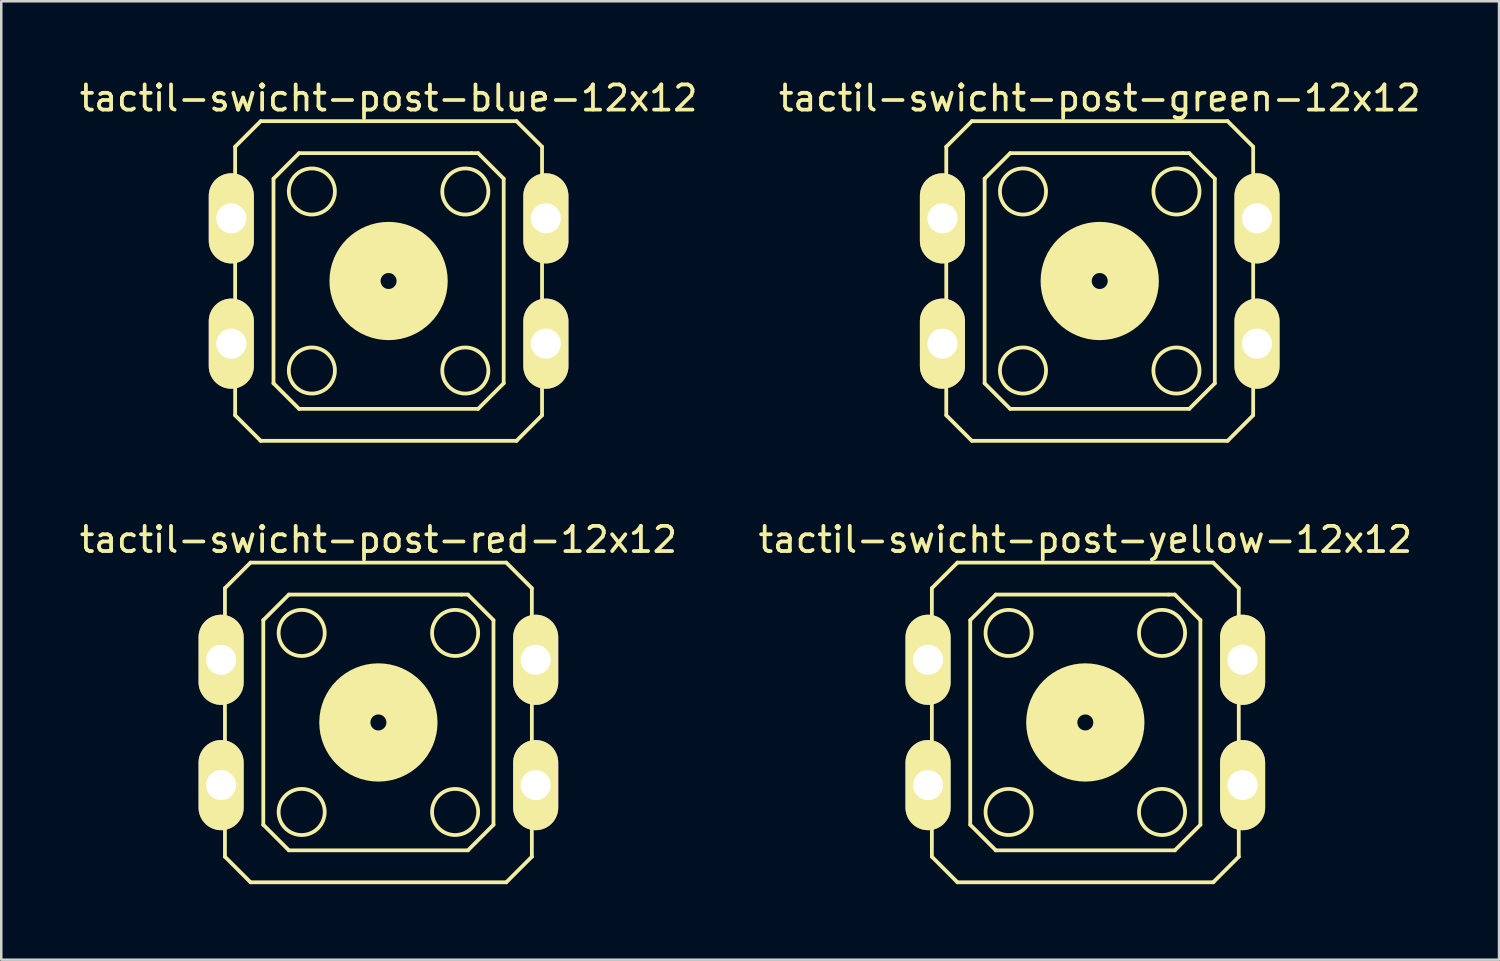
<source format=kicad_pcb>
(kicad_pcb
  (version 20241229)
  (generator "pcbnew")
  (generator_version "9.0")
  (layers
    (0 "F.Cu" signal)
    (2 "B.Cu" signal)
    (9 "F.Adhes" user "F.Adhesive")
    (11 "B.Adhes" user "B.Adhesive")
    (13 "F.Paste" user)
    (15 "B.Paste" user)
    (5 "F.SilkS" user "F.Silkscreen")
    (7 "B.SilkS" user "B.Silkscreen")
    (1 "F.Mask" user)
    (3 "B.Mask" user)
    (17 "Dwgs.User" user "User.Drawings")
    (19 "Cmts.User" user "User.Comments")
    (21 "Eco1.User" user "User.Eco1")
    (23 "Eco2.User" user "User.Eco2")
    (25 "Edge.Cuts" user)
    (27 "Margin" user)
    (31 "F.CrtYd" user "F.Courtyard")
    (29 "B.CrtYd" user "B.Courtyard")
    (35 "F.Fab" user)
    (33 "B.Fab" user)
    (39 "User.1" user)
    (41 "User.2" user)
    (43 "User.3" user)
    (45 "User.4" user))
  (footprint "tactil-swicht-post-green-12x12"
    (layer "F.Cu")
    (at 40.637 8.113)
    (property "Reference" "tactil-swicht-post-green-12x12" (at 0 -7.264 0) (layer "F.SilkS") (effects (font (size 1 1) (thickness 0.15))))
    (attr through_hole)
    (fp_line (start -6.096 -5.334) (end -6.096 5.334) (stroke (width 0.15) (type solid)) (layer "F.SilkS"))
    (fp_line (start -6.096 -5.334) (end -5.08 -6.35) (stroke (width 0.15) (type solid)) (layer "F.SilkS"))
    (fp_line (start -5.08 -6.35) (end 5.08 -6.35) (stroke (width 0.15) (type solid)) (layer "F.SilkS"))
    (fp_line (start -5.08 6.35) (end -6.096 5.334) (stroke (width 0.15) (type solid)) (layer "F.SilkS"))
    (fp_line (start -5.08 6.35) (end 5.08 6.35) (stroke (width 0.15) (type solid)) (layer "F.SilkS"))
    (fp_line (start -4.572 -4.064) (end -4.572 4.064) (stroke (width 0.15) (type solid)) (layer "F.SilkS"))
    (fp_line (start -4.572 -4.064) (end -3.556 -5.08) (stroke (width 0.15) (type solid)) (layer "F.SilkS"))
    (fp_line (start -4.572 4.064) (end -3.556 5.08) (stroke (width 0.15) (type solid)) (layer "F.SilkS"))
    (fp_line (start -3.556 -5.08) (end 3.302 -5.08) (stroke (width 0.15) (type solid)) (layer "F.SilkS"))
    (fp_line (start 3.302 -5.08) (end 3.556 -5.08) (stroke (width 0.15) (type solid)) (layer "F.SilkS"))
    (fp_line (start 3.556 -5.08) (end 4.572 -4.064) (stroke (width 0.15) (type solid)) (layer "F.SilkS"))
    (fp_line (start 3.556 5.08) (end -3.556 5.08) (stroke (width 0.15) (type solid)) (layer "F.SilkS"))
    (fp_line (start 4.572 4.064) (end 3.556 5.08) (stroke (width 0.15) (type solid)) (layer "F.SilkS"))
    (fp_line (start 4.572 4.064) (end 4.572 -4.064) (stroke (width 0.15) (type solid)) (layer "F.SilkS"))
    (fp_line (start 5.08 6.35) (end 6.096 5.334) (stroke (width 0.15) (type solid)) (layer "F.SilkS"))
    (fp_line (start 6.096 -5.334) (end 5.08 -6.35) (stroke (width 0.15) (type solid)) (layer "F.SilkS"))
    (fp_line (start 6.096 5.334) (end 6.096 -5.334) (stroke (width 0.15) (type solid)) (layer "F.SilkS"))
    (fp_circle (center -3.048 -3.556) (end -2.54 -2.794) (stroke (width 0.15) (type solid)) (fill no) (layer "F.SilkS"))
    (fp_circle (center -3.048 3.556) (end -2.286 3.048) (stroke (width 0.15) (type solid)) (fill no) (layer "F.SilkS"))
    (fp_circle (center 0 0) (end 1.333 0) (stroke (width 2.032) (type solid)) (fill no) (layer "F.SilkS"))
    (fp_circle (center 3.048 -3.556) (end 2.286 -3.048) (stroke (width 0.15) (type solid)) (fill no) (layer "F.SilkS"))
    (fp_circle (center 3.048 3.556) (end 2.286 3.048) (stroke (width 0.15) (type solid)) (fill no) (layer "F.SilkS"))
    (pad "1" thru_hole oval (at -6.248 -2.489) (size 1.791 3.581) (drill 1.194) (layers "*.Cu" "F.Mask" "F.SilkS" "F.Paste"))
    (pad "2" thru_hole oval (at 6.248 -2.489) (size 1.791 3.581) (drill 1.194) (layers "*.Cu" "F.Mask" "F.SilkS" "F.Paste"))
    (pad "3" thru_hole oval (at -6.248 2.489) (size 1.791 3.581) (drill 1.194) (layers "*.Cu" "F.Mask" "F.SilkS" "F.Paste"))
    (pad "4" thru_hole oval (at 6.248 2.489) (size 1.791 3.581) (drill 1.194) (layers "*.Cu" "F.Mask" "F.SilkS" "F.Paste")))
  (footprint "tactil-swicht-post-blue-12x12"
    (layer "F.Cu")
    (at 12.387 8.113)
    (property "Reference" "tactil-swicht-post-blue-12x12" (at 0 -7.264 0) (layer "F.SilkS") (effects (font (size 1 1) (thickness 0.15))))
    (attr through_hole)
    (fp_line (start -6.096 -5.334) (end -6.096 5.334) (stroke (width 0.15) (type solid)) (layer "F.SilkS"))
    (fp_line (start -6.096 -5.334) (end -5.08 -6.35) (stroke (width 0.15) (type solid)) (layer "F.SilkS"))
    (fp_line (start -5.08 -6.35) (end 5.08 -6.35) (stroke (width 0.15) (type solid)) (layer "F.SilkS"))
    (fp_line (start -5.08 6.35) (end -6.096 5.334) (stroke (width 0.15) (type solid)) (layer "F.SilkS"))
    (fp_line (start -5.08 6.35) (end 5.08 6.35) (stroke (width 0.15) (type solid)) (layer "F.SilkS"))
    (fp_line (start -4.572 -4.064) (end -4.572 4.064) (stroke (width 0.15) (type solid)) (layer "F.SilkS"))
    (fp_line (start -4.572 -4.064) (end -3.556 -5.08) (stroke (width 0.15) (type solid)) (layer "F.SilkS"))
    (fp_line (start -4.572 4.064) (end -3.556 5.08) (stroke (width 0.15) (type solid)) (layer "F.SilkS"))
    (fp_line (start -3.556 -5.08) (end 3.302 -5.08) (stroke (width 0.15) (type solid)) (layer "F.SilkS"))
    (fp_line (start 3.302 -5.08) (end 3.556 -5.08) (stroke (width 0.15) (type solid)) (layer "F.SilkS"))
    (fp_line (start 3.556 -5.08) (end 4.572 -4.064) (stroke (width 0.15) (type solid)) (layer "F.SilkS"))
    (fp_line (start 3.556 5.08) (end -3.556 5.08) (stroke (width 0.15) (type solid)) (layer "F.SilkS"))
    (fp_line (start 4.572 4.064) (end 3.556 5.08) (stroke (width 0.15) (type solid)) (layer "F.SilkS"))
    (fp_line (start 4.572 4.064) (end 4.572 -4.064) (stroke (width 0.15) (type solid)) (layer "F.SilkS"))
    (fp_line (start 5.08 6.35) (end 6.096 5.334) (stroke (width 0.15) (type solid)) (layer "F.SilkS"))
    (fp_line (start 6.096 -5.334) (end 5.08 -6.35) (stroke (width 0.15) (type solid)) (layer "F.SilkS"))
    (fp_line (start 6.096 5.334) (end 6.096 -5.334) (stroke (width 0.15) (type solid)) (layer "F.SilkS"))
    (fp_circle (center -3.048 -3.556) (end -2.54 -2.794) (stroke (width 0.15) (type solid)) (fill no) (layer "F.SilkS"))
    (fp_circle (center -3.048 3.556) (end -2.286 3.048) (stroke (width 0.15) (type solid)) (fill no) (layer "F.SilkS"))
    (fp_circle (center 0 0) (end 1.333 0) (stroke (width 2.032) (type solid)) (fill no) (layer "F.SilkS"))
    (fp_circle (center 3.048 -3.556) (end 2.286 -3.048) (stroke (width 0.15) (type solid)) (fill no) (layer "F.SilkS"))
    (fp_circle (center 3.048 3.556) (end 2.286 3.048) (stroke (width 0.15) (type solid)) (fill no) (layer "F.SilkS"))
    (pad "1" thru_hole oval (at -6.248 -2.489) (size 1.791 3.581) (drill 1.194) (layers "*.Cu" "F.Mask" "F.SilkS" "F.Paste"))
    (pad "2" thru_hole oval (at 6.248 -2.489) (size 1.791 3.581) (drill 1.194) (layers "*.Cu" "F.Mask" "F.SilkS" "F.Paste"))
    (pad "3" thru_hole oval (at -6.248 2.489) (size 1.791 3.581) (drill 1.194) (layers "*.Cu" "F.Mask" "F.SilkS" "F.Paste"))
    (pad "4" thru_hole oval (at 6.248 2.489) (size 1.791 3.581) (drill 1.194) (layers "*.Cu" "F.Mask" "F.SilkS" "F.Paste")))
  (footprint "tactil-swicht-post-yellow-12x12"
    (layer "F.Cu")
    (at 40.065 25.65)
    (property "Reference" "tactil-swicht-post-yellow-12x12" (at 0 -7.264 0) (layer "F.SilkS") (effects (font (size 1 1) (thickness 0.15))))
    (attr through_hole)
    (fp_line (start -6.096 -5.334) (end -6.096 5.334) (stroke (width 0.15) (type solid)) (layer "F.SilkS"))
    (fp_line (start -6.096 -5.334) (end -5.08 -6.35) (stroke (width 0.15) (type solid)) (layer "F.SilkS"))
    (fp_line (start -5.08 -6.35) (end 5.08 -6.35) (stroke (width 0.15) (type solid)) (layer "F.SilkS"))
    (fp_line (start -5.08 6.35) (end -6.096 5.334) (stroke (width 0.15) (type solid)) (layer "F.SilkS"))
    (fp_line (start -5.08 6.35) (end 5.08 6.35) (stroke (width 0.15) (type solid)) (layer "F.SilkS"))
    (fp_line (start -4.572 -4.064) (end -4.572 4.064) (stroke (width 0.15) (type solid)) (layer "F.SilkS"))
    (fp_line (start -4.572 -4.064) (end -3.556 -5.08) (stroke (width 0.15) (type solid)) (layer "F.SilkS"))
    (fp_line (start -4.572 4.064) (end -3.556 5.08) (stroke (width 0.15) (type solid)) (layer "F.SilkS"))
    (fp_line (start -3.556 -5.08) (end 3.302 -5.08) (stroke (width 0.15) (type solid)) (layer "F.SilkS"))
    (fp_line (start 3.302 -5.08) (end 3.556 -5.08) (stroke (width 0.15) (type solid)) (layer "F.SilkS"))
    (fp_line (start 3.556 -5.08) (end 4.572 -4.064) (stroke (width 0.15) (type solid)) (layer "F.SilkS"))
    (fp_line (start 3.556 5.08) (end -3.556 5.08) (stroke (width 0.15) (type solid)) (layer "F.SilkS"))
    (fp_line (start 4.572 4.064) (end 3.556 5.08) (stroke (width 0.15) (type solid)) (layer "F.SilkS"))
    (fp_line (start 4.572 4.064) (end 4.572 -4.064) (stroke (width 0.15) (type solid)) (layer "F.SilkS"))
    (fp_line (start 5.08 6.35) (end 6.096 5.334) (stroke (width 0.15) (type solid)) (layer "F.SilkS"))
    (fp_line (start 6.096 -5.334) (end 5.08 -6.35) (stroke (width 0.15) (type solid)) (layer "F.SilkS"))
    (fp_line (start 6.096 5.334) (end 6.096 -5.334) (stroke (width 0.15) (type solid)) (layer "F.SilkS"))
    (fp_circle (center -3.048 -3.556) (end -2.54 -2.794) (stroke (width 0.15) (type solid)) (fill no) (layer "F.SilkS"))
    (fp_circle (center -3.048 3.556) (end -2.286 3.048) (stroke (width 0.15) (type solid)) (fill no) (layer "F.SilkS"))
    (fp_circle (center 0 0) (end 1.333 0) (stroke (width 2.032) (type solid)) (fill no) (layer "F.SilkS"))
    (fp_circle (center 3.048 -3.556) (end 2.286 -3.048) (stroke (width 0.15) (type solid)) (fill no) (layer "F.SilkS"))
    (fp_circle (center 3.048 3.556) (end 2.286 3.048) (stroke (width 0.15) (type solid)) (fill no) (layer "F.SilkS"))
    (pad "1" thru_hole oval (at -6.248 -2.489) (size 1.791 3.581) (drill 1.194) (layers "*.Cu" "F.Mask" "F.SilkS" "F.Paste"))
    (pad "2" thru_hole oval (at 6.248 -2.489) (size 1.791 3.581) (drill 1.194) (layers "*.Cu" "F.Mask" "F.SilkS" "F.Paste"))
    (pad "3" thru_hole oval (at -6.248 2.489) (size 1.791 3.581) (drill 1.194) (layers "*.Cu" "F.Mask" "F.SilkS" "F.Paste"))
    (pad "4" thru_hole oval (at 6.248 2.489) (size 1.791 3.581) (drill 1.194) (layers "*.Cu" "F.Mask" "F.SilkS" "F.Paste")))
  (footprint "tactil-swicht-post-red-12x12"
    (layer "F.Cu")
    (at 11.982 25.65)
    (property "Reference" "tactil-swicht-post-red-12x12" (at 0 -7.264 0) (layer "F.SilkS") (effects (font (size 1 1) (thickness 0.15))))
    (attr through_hole)
    (fp_line (start -6.096 -5.334) (end -6.096 5.334) (stroke (width 0.15) (type solid)) (layer "F.SilkS"))
    (fp_line (start -6.096 -5.334) (end -5.08 -6.35) (stroke (width 0.15) (type solid)) (layer "F.SilkS"))
    (fp_line (start -5.08 -6.35) (end 5.08 -6.35) (stroke (width 0.15) (type solid)) (layer "F.SilkS"))
    (fp_line (start -5.08 6.35) (end -6.096 5.334) (stroke (width 0.15) (type solid)) (layer "F.SilkS"))
    (fp_line (start -5.08 6.35) (end 5.08 6.35) (stroke (width 0.15) (type solid)) (layer "F.SilkS"))
    (fp_line (start -4.572 -4.064) (end -4.572 4.064) (stroke (width 0.15) (type solid)) (layer "F.SilkS"))
    (fp_line (start -4.572 -4.064) (end -3.556 -5.08) (stroke (width 0.15) (type solid)) (layer "F.SilkS"))
    (fp_line (start -4.572 4.064) (end -3.556 5.08) (stroke (width 0.15) (type solid)) (layer "F.SilkS"))
    (fp_line (start -3.556 -5.08) (end 3.302 -5.08) (stroke (width 0.15) (type solid)) (layer "F.SilkS"))
    (fp_line (start 3.302 -5.08) (end 3.556 -5.08) (stroke (width 0.15) (type solid)) (layer "F.SilkS"))
    (fp_line (start 3.556 -5.08) (end 4.572 -4.064) (stroke (width 0.15) (type solid)) (layer "F.SilkS"))
    (fp_line (start 3.556 5.08) (end -3.556 5.08) (stroke (width 0.15) (type solid)) (layer "F.SilkS"))
    (fp_line (start 4.572 4.064) (end 3.556 5.08) (stroke (width 0.15) (type solid)) (layer "F.SilkS"))
    (fp_line (start 4.572 4.064) (end 4.572 -4.064) (stroke (width 0.15) (type solid)) (layer "F.SilkS"))
    (fp_line (start 5.08 6.35) (end 6.096 5.334) (stroke (width 0.15) (type solid)) (layer "F.SilkS"))
    (fp_line (start 6.096 -5.334) (end 5.08 -6.35) (stroke (width 0.15) (type solid)) (layer "F.SilkS"))
    (fp_line (start 6.096 5.334) (end 6.096 -5.334) (stroke (width 0.15) (type solid)) (layer "F.SilkS"))
    (fp_circle (center -3.048 -3.556) (end -2.54 -2.794) (stroke (width 0.15) (type solid)) (fill no) (layer "F.SilkS"))
    (fp_circle (center -3.048 3.556) (end -2.286 3.048) (stroke (width 0.15) (type solid)) (fill no) (layer "F.SilkS"))
    (fp_circle (center 0 0) (end 1.333 0) (stroke (width 2.032) (type solid)) (fill no) (layer "F.SilkS"))
    (fp_circle (center 3.048 -3.556) (end 2.286 -3.048) (stroke (width 0.15) (type solid)) (fill no) (layer "F.SilkS"))
    (fp_circle (center 3.048 3.556) (end 2.286 3.048) (stroke (width 0.15) (type solid)) (fill no) (layer "F.SilkS"))
    (pad "1" thru_hole oval (at -6.248 -2.489) (size 1.791 3.581) (drill 1.194) (layers "*.Cu" "F.Mask" "F.SilkS" "F.Paste"))
    (pad "2" thru_hole oval (at 6.248 -2.489) (size 1.791 3.581) (drill 1.194) (layers "*.Cu" "F.Mask" "F.SilkS" "F.Paste"))
    (pad "3" thru_hole oval (at -6.248 2.489) (size 1.791 3.581) (drill 1.194) (layers "*.Cu" "F.Mask" "F.SilkS" "F.Paste"))
    (pad "4" thru_hole oval (at 6.248 2.489) (size 1.791 3.581) (drill 1.194) (layers "*.Cu" "F.Mask" "F.SilkS" "F.Paste")))
  (gr_rect
    (start -3 -3)
    (end 56.5 35.075)
    (stroke (width 0.1) (type default))
    (fill no)
    (layer "Edge.Cuts")))
</source>
